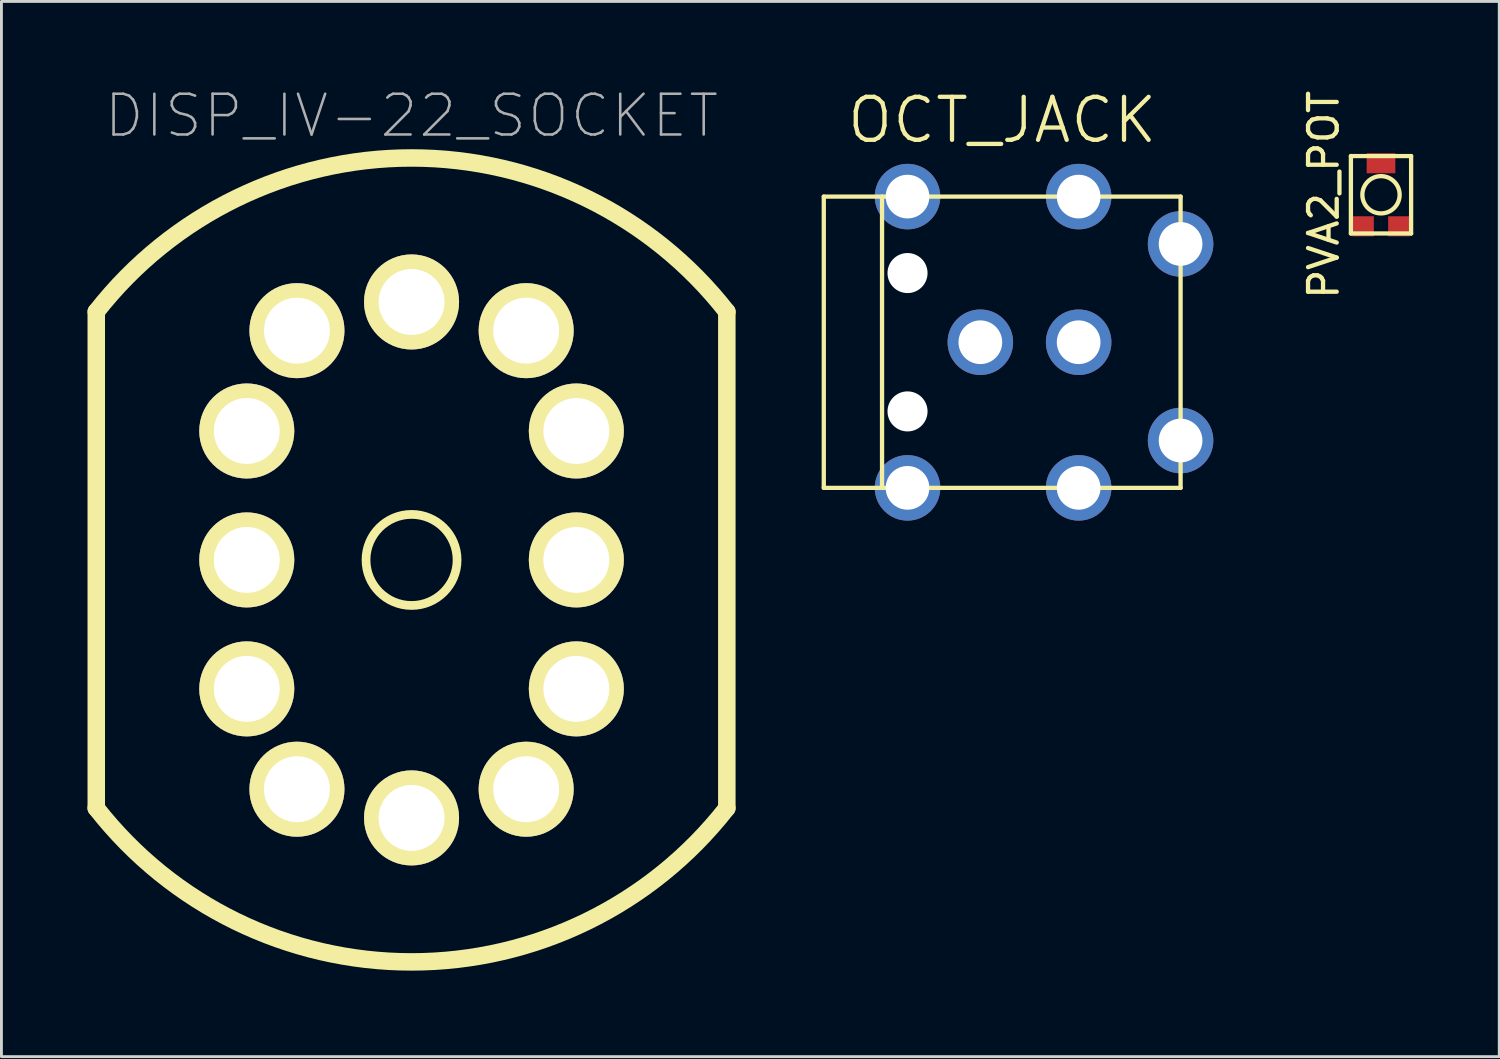
<source format=kicad_pcb>
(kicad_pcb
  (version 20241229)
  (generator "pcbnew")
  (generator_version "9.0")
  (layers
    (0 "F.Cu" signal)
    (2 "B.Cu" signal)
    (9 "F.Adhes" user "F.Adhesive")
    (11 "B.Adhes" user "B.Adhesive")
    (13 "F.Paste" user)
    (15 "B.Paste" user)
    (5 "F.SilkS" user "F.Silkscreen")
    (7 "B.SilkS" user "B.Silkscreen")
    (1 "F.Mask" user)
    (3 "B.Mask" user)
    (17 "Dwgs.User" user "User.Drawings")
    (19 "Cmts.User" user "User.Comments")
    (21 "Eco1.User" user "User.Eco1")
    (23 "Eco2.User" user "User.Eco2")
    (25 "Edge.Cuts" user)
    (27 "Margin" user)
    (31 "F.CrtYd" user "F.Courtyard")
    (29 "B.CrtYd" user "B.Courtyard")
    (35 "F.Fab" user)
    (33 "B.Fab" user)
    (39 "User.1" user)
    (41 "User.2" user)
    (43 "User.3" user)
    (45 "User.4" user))
  (footprint "DISP_IV-22_SOCKET"
    (layer "F.Cu")
    (at 11.306 16.482)
    (property "Reference" "DISP_IV-22_SOCKET" (at 0 -15.494 0) (layer "F.Fab") (effects (font (size 1.422 1.422) (thickness 0.089))))
    (attr exclude_from_pos_files exclude_from_bom)
    (fp_line (start -10.998 -8.659) (end -10.998 8.659) (stroke (width 0.61) (type solid)) (layer "F.SilkS"))
    (fp_line (start 10.998 8.659) (end 10.998 -8.659) (stroke (width 0.61) (type solid)) (layer "F.SilkS"))
    (fp_arc (start -10.9982 -8.65886) (mid 0.002068 -14.022032) (end 11.000746 -8.655601) (stroke (width 0.6096) (type solid)) (layer "F.SilkS"))
    (fp_arc (start 10.9982 8.65886) (mid -0.002068 14.022032) (end -11.000746 8.655601) (stroke (width 0.6096) (type solid)) (layer "F.SilkS"))
    (fp_circle (center 0 0) (end -1.123 1.123) (stroke (width 0.305) (type solid)) (fill no) (layer "F.SilkS"))
    (pad "1" thru_hole circle (at 3.998 -7.998) (size 3.315 3.315) (drill 2.299) (layers "*.Cu" "F.Mask" "F.SilkS" "F.Paste"))
    (pad "2" thru_hole circle (at 5.748 -4.498) (size 3.315 3.315) (drill 2.299) (layers "*.Cu" "F.Mask" "F.SilkS" "F.Paste"))
    (pad "3" thru_hole circle (at 5.748 0) (size 3.315 3.315) (drill 2.299) (layers "*.Cu" "F.Mask" "F.SilkS" "F.Paste"))
    (pad "4" thru_hole circle (at 5.748 4.498) (size 3.315 3.315) (drill 2.299) (layers "*.Cu" "F.Mask" "F.SilkS" "F.Paste"))
    (pad "5" thru_hole circle (at 3.998 7.998) (size 3.315 3.315) (drill 2.299) (layers "*.Cu" "F.Mask" "F.SilkS" "F.Paste"))
    (pad "6" thru_hole circle (at 0 8.999) (size 3.315 3.315) (drill 2.299) (layers "*.Cu" "F.Mask" "F.SilkS" "F.Paste"))
    (pad "7" thru_hole circle (at -3.998 7.998) (size 3.315 3.315) (drill 2.299) (layers "*.Cu" "F.Mask" "F.SilkS" "F.Paste"))
    (pad "8" thru_hole circle (at -5.748 4.498) (size 3.315 3.315) (drill 2.299) (layers "*.Cu" "F.Mask" "F.SilkS" "F.Paste"))
    (pad "9" thru_hole circle (at -5.748 0) (size 3.315 3.315) (drill 2.299) (layers "*.Cu" "F.Mask" "F.SilkS" "F.Paste"))
    (pad "10" thru_hole circle (at -5.748 -4.498) (size 3.315 3.315) (drill 2.299) (layers "*.Cu" "F.Mask" "F.SilkS" "F.Paste"))
    (pad "11" thru_hole circle (at -3.998 -7.998) (size 3.315 3.315) (drill 2.299) (layers "*.Cu" "F.Mask" "F.SilkS" "F.Paste"))
    (pad "12" thru_hole circle (at 0 -8.999) (size 3.315 3.315) (drill 2.299) (layers "*.Cu" "F.Mask" "F.SilkS" "F.Paste")))
  (footprint "PVA2_POT"
    (layer "F.Cu")
    (at 45.123 3.744)
    (property "Reference" "PVA2_POT" (at -2 0 90) (layer "F.SilkS") (effects (font (size 1 1) (thickness 0.15))))
    (attr through_hole)
    (fp_line (start -1.05 -1.35) (end 1.05 -1.35) (stroke (width 0.15) (type solid)) (layer "F.SilkS"))
    (fp_line (start -1.05 1.35) (end -1.05 -1.35) (stroke (width 0.15) (type solid)) (layer "F.SilkS"))
    (fp_line (start 1.05 -1.35) (end 1.05 1.35) (stroke (width 0.15) (type solid)) (layer "F.SilkS"))
    (fp_line (start 1.05 1.35) (end -1.05 1.35) (stroke (width 0.15) (type solid)) (layer "F.SilkS"))
    (fp_circle (center 0 0) (end 0.65 0) (stroke (width 0.15) (type solid)) (fill no) (layer "F.SilkS"))
    (pad "1" smd rect (at -0.625 1.1) (size 0.75 0.7) (layers "F.Cu" "F.Mask" "F.Paste"))
    (pad "2" smd rect (at 0 -1.1) (size 1 0.7) (layers "F.Cu" "F.Mask" "F.Paste"))
    (pad "3" smd rect (at 0.625 1.1) (size 0.75 0.7) (layers "F.Cu" "F.Mask" "F.Paste")))
  (footprint "OCT_JACK"
    (layer "F.Cu")
    (at 31.909 8.888)
    (property "Reference" "OCT_JACK" (at 0 -7.747 0) (layer "F.SilkS") (effects (font (size 1.5 1.5) (thickness 0.15))))
    (attr through_hole)
    (fp_line (start -6.223 -5.08) (end 6.223 -5.08) (stroke (width 0.15) (type solid)) (layer "F.SilkS"))
    (fp_line (start -6.223 5.08) (end -6.223 -5.08) (stroke (width 0.15) (type solid)) (layer "F.SilkS"))
    (fp_line (start -4.191 -5.08) (end -4.191 5.08) (stroke (width 0.15) (type solid)) (layer "F.SilkS"))
    (fp_line (start 6.223 -5.08) (end 6.223 5.08) (stroke (width 0.15) (type solid)) (layer "F.SilkS"))
    (fp_line (start 6.223 5.08) (end -6.223 5.08) (stroke (width 0.15) (type solid)) (layer "F.SilkS"))
    (pad "" thru_hole circle (at -3.302 -5.08) (size 2.286 2.286) (drill 1.524) (layers "*.Cu" "*.Mask"))
    (pad "" np_thru_hole circle (at -3.302 -2.413) (size 1.397 1.397) (drill 1.397) (layers "*.Cu"))
    (pad "" np_thru_hole circle (at -3.302 2.413) (size 1.397 1.397) (drill 1.397) (layers "*.Cu"))
    (pad "" thru_hole circle (at -3.302 5.08) (size 2.286 2.286) (drill 1.524) (layers "*.Cu" "*.Mask"))
    (pad "" thru_hole circle (at 2.667 -5.08) (size 2.286 2.286) (drill 1.524) (layers "*.Cu" "*.Mask"))
    (pad "" thru_hole circle (at 2.667 5.08) (size 2.286 2.286) (drill 1.524) (layers "*.Cu" "*.Mask"))
    (pad "1" thru_hole circle (at 6.223 -3.429) (size 2.286 2.286) (drill 1.524) (layers "*.Cu" "*.Mask"))
    (pad "1" thru_hole circle (at 6.223 3.429) (size 2.286 2.286) (drill 1.524) (layers "*.Cu" "*.Mask"))
    (pad "2" thru_hole circle (at -0.762 0) (size 2.286 2.286) (drill 1.524) (layers "*.Cu" "*.Mask"))
    (pad "2" thru_hole circle (at 2.667 0) (size 2.286 2.286) (drill 1.524) (layers "*.Cu" "*.Mask")))
  (gr_rect
    (start -3 -3)
    (end 49.248 33.809)
    (stroke (width 0.1) (type default))
    (fill no)
    (layer "Edge.Cuts")))
</source>
